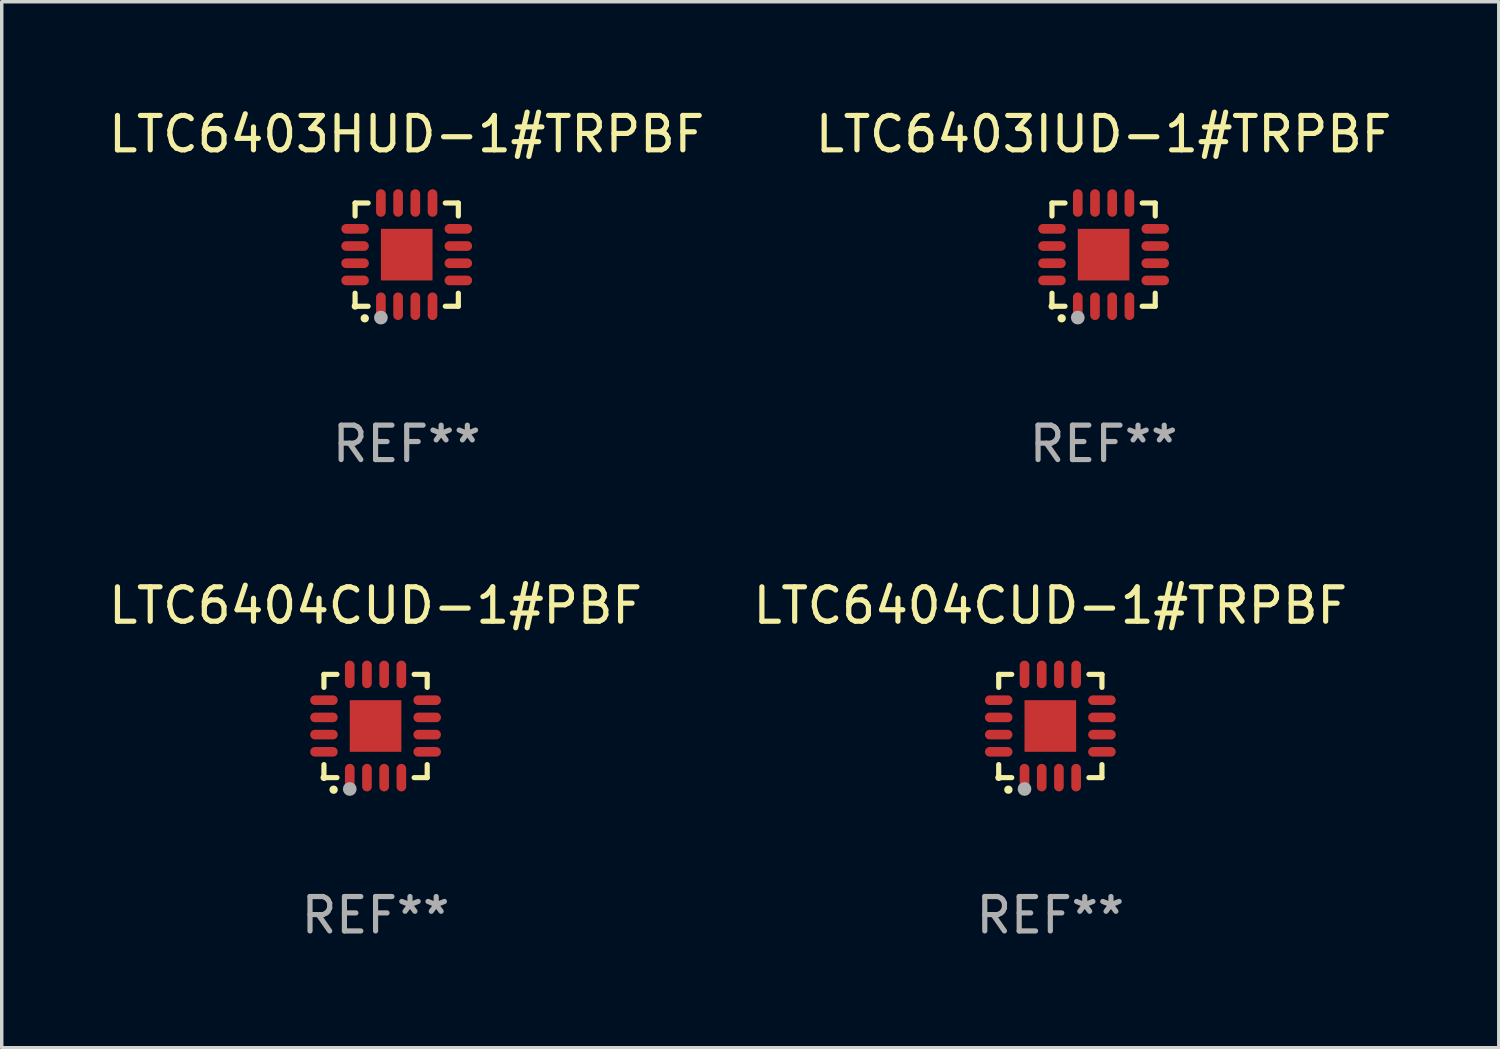
<source format=kicad_pcb>
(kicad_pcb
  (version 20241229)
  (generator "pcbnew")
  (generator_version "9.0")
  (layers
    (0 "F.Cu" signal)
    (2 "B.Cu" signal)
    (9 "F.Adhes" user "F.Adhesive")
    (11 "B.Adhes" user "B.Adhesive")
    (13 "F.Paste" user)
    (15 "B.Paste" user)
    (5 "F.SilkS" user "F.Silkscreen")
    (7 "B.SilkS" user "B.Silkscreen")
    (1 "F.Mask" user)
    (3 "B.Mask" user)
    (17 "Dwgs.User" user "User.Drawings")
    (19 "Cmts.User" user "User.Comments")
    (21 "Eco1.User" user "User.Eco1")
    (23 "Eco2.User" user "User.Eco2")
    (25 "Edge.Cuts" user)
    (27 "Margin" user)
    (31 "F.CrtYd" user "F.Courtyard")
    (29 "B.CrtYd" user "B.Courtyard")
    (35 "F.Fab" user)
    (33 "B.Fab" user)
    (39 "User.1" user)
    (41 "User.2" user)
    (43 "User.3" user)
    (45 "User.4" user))
  (footprint "LTC6404CUD-1#TRPBF"
    (layer "F.Cu")
    (at 27.47 18.046)
    (property "Reference" "LTC6404CUD-1#TRPBF" (at 0 -3.5 0) (layer "F.SilkS") (effects (font (size 1 1) (thickness 0.15))))
    (attr through_hole)
    (fp_line (start -1.5 -1.5) (end -1.121 -1.5) (stroke (width 0.15) (type solid)) (layer "F.SilkS"))
    (fp_line (start -1.5 -1.122) (end -1.5 -1.5) (stroke (width 0.15) (type solid)) (layer "F.SilkS"))
    (fp_line (start -1.5 1.5) (end -1.5 1.121) (stroke (width 0.15) (type solid)) (layer "F.SilkS"))
    (fp_line (start -1.121 1.5) (end -1.5 1.5) (stroke (width 0.15) (type solid)) (layer "F.SilkS"))
    (fp_line (start 1.121 -1.5) (end 1.5 -1.5) (stroke (width 0.15) (type solid)) (layer "F.SilkS"))
    (fp_line (start 1.5 -1.5) (end 1.5 -1.122) (stroke (width 0.15) (type solid)) (layer "F.SilkS"))
    (fp_line (start 1.5 1.121) (end 1.5 1.5) (stroke (width 0.15) (type solid)) (layer "F.SilkS"))
    (fp_line (start 1.5 1.5) (end 1.121 1.5) (stroke (width 0.15) (type solid)) (layer "F.SilkS"))
    (fp_arc (start -1.219926 1.850254) (mid -1.21891 1.85025) (end -1.217894 1.850254) (stroke (width 0.240005) (type solid)) (layer "F.SilkS"))
    (fp_circle (center -1.5 1.5) (end -1.45 1.5) (stroke (width 0.1) (type solid)) (fill no) (layer "F.SilkS"))
    (fp_circle (center -0.75 1.83) (end -0.65 1.83) (stroke (width 0.2) (type solid)) (fill no) (layer "F.Fab"))
    (fp_text user "REF**" (at 0 5.5 0) (layer "F.Fab") (effects (font (size 1 1) (thickness 0.15))))
    (pad "1" smd oval (at -0.75 1.5) (size 0.28 0.8) (layers "F.Cu" "F.Mask" "F.Paste"))
    (pad "2" smd oval (at -0.25 1.5) (size 0.28 0.8) (layers "F.Cu" "F.Mask" "F.Paste"))
    (pad "3" smd oval (at 0.25 1.5) (size 0.28 0.8) (layers "F.Cu" "F.Mask" "F.Paste"))
    (pad "4" smd oval (at 0.75 1.5) (size 0.28 0.8) (layers "F.Cu" "F.Mask" "F.Paste"))
    (pad "5" smd oval (at 1.5 0.75) (size 0.8 0.28) (layers "F.Cu" "F.Mask" "F.Paste"))
    (pad "6" smd oval (at 1.5 0.25) (size 0.8 0.28) (layers "F.Cu" "F.Mask" "F.Paste"))
    (pad "7" smd oval (at 1.5 -0.25) (size 0.8 0.28) (layers "F.Cu" "F.Mask" "F.Paste"))
    (pad "8" smd oval (at 1.5 -0.75) (size 0.8 0.28) (layers "F.Cu" "F.Mask" "F.Paste"))
    (pad "9" smd oval (at 0.75 -1.5) (size 0.28 0.8) (layers "F.Cu" "F.Mask" "F.Paste"))
    (pad "10" smd oval (at 0.25 -1.5) (size 0.28 0.8) (layers "F.Cu" "F.Mask" "F.Paste"))
    (pad "11" smd oval (at -0.25 -1.5) (size 0.28 0.8) (layers "F.Cu" "F.Mask" "F.Paste"))
    (pad "12" smd oval (at -0.75 -1.5) (size 0.28 0.8) (layers "F.Cu" "F.Mask" "F.Paste"))
    (pad "13" smd oval (at -1.5 -0.75) (size 0.8 0.28) (layers "F.Cu" "F.Mask" "F.Paste"))
    (pad "14" smd oval (at -1.5 -0.25) (size 0.8 0.28) (layers "F.Cu" "F.Mask" "F.Paste"))
    (pad "15" smd oval (at -1.5 0.25) (size 0.8 0.28) (layers "F.Cu" "F.Mask" "F.Paste"))
    (pad "16" smd oval (at -1.5 0.75) (size 0.8 0.28) (layers "F.Cu" "F.Mask" "F.Paste"))
    (pad "17" smd rect (at -0.000064 0.000165) (size 1.5 1.5) (layers "F.Cu" "F.Mask" "F.Paste")))
  (footprint "LTC6403HUD-1#TRPBF"
    (layer "F.Cu")
    (at 8.768 4.349)
    (property "Reference" "LTC6403HUD-1#TRPBF" (at 0 -3.5 0) (layer "F.SilkS") (effects (font (size 1 1) (thickness 0.15))))
    (attr through_hole)
    (fp_line (start -1.5 -1.5) (end -1.121 -1.5) (stroke (width 0.15) (type solid)) (layer "F.SilkS"))
    (fp_line (start -1.5 -1.122) (end -1.5 -1.5) (stroke (width 0.15) (type solid)) (layer "F.SilkS"))
    (fp_line (start -1.5 1.5) (end -1.5 1.121) (stroke (width 0.15) (type solid)) (layer "F.SilkS"))
    (fp_line (start -1.121 1.5) (end -1.5 1.5) (stroke (width 0.15) (type solid)) (layer "F.SilkS"))
    (fp_line (start 1.121 -1.5) (end 1.5 -1.5) (stroke (width 0.15) (type solid)) (layer "F.SilkS"))
    (fp_line (start 1.5 -1.5) (end 1.5 -1.122) (stroke (width 0.15) (type solid)) (layer "F.SilkS"))
    (fp_line (start 1.5 1.121) (end 1.5 1.5) (stroke (width 0.15) (type solid)) (layer "F.SilkS"))
    (fp_line (start 1.5 1.5) (end 1.121 1.5) (stroke (width 0.15) (type solid)) (layer "F.SilkS"))
    (fp_arc (start -1.219926 1.850254) (mid -1.21891 1.85025) (end -1.217894 1.850254) (stroke (width 0.240005) (type solid)) (layer "F.SilkS"))
    (fp_circle (center -1.5 1.5) (end -1.45 1.5) (stroke (width 0.1) (type solid)) (fill no) (layer "F.SilkS"))
    (fp_circle (center -0.75 1.83) (end -0.65 1.83) (stroke (width 0.2) (type solid)) (fill no) (layer "F.Fab"))
    (fp_text user "REF**" (at 0 5.5 0) (layer "F.Fab") (effects (font (size 1 1) (thickness 0.15))))
    (pad "1" smd oval (at -0.75 1.5) (size 0.28 0.8) (layers "F.Cu" "F.Mask" "F.Paste"))
    (pad "2" smd oval (at -0.25 1.5) (size 0.28 0.8) (layers "F.Cu" "F.Mask" "F.Paste"))
    (pad "3" smd oval (at 0.25 1.5) (size 0.28 0.8) (layers "F.Cu" "F.Mask" "F.Paste"))
    (pad "4" smd oval (at 0.75 1.5) (size 0.28 0.8) (layers "F.Cu" "F.Mask" "F.Paste"))
    (pad "5" smd oval (at 1.5 0.75) (size 0.8 0.28) (layers "F.Cu" "F.Mask" "F.Paste"))
    (pad "6" smd oval (at 1.5 0.25) (size 0.8 0.28) (layers "F.Cu" "F.Mask" "F.Paste"))
    (pad "7" smd oval (at 1.5 -0.25) (size 0.8 0.28) (layers "F.Cu" "F.Mask" "F.Paste"))
    (pad "8" smd oval (at 1.5 -0.75) (size 0.8 0.28) (layers "F.Cu" "F.Mask" "F.Paste"))
    (pad "9" smd oval (at 0.75 -1.5) (size 0.28 0.8) (layers "F.Cu" "F.Mask" "F.Paste"))
    (pad "10" smd oval (at 0.25 -1.5) (size 0.28 0.8) (layers "F.Cu" "F.Mask" "F.Paste"))
    (pad "11" smd oval (at -0.25 -1.5) (size 0.28 0.8) (layers "F.Cu" "F.Mask" "F.Paste"))
    (pad "12" smd oval (at -0.75 -1.5) (size 0.28 0.8) (layers "F.Cu" "F.Mask" "F.Paste"))
    (pad "13" smd oval (at -1.5 -0.75) (size 0.8 0.28) (layers "F.Cu" "F.Mask" "F.Paste"))
    (pad "14" smd oval (at -1.5 -0.25) (size 0.8 0.28) (layers "F.Cu" "F.Mask" "F.Paste"))
    (pad "15" smd oval (at -1.5 0.25) (size 0.8 0.28) (layers "F.Cu" "F.Mask" "F.Paste"))
    (pad "16" smd oval (at -1.5 0.75) (size 0.8 0.28) (layers "F.Cu" "F.Mask" "F.Paste"))
    (pad "17" smd rect (at -0.000064 0.000165) (size 1.5 1.5) (layers "F.Cu" "F.Mask" "F.Paste")))
  (footprint "LTC6403IUD-1#TRPBF"
    (layer "F.Cu")
    (at 29.018 4.349)
    (property "Reference" "LTC6403IUD-1#TRPBF" (at 0 -3.5 0) (layer "F.SilkS") (effects (font (size 1 1) (thickness 0.15))))
    (attr through_hole)
    (fp_line (start -1.5 -1.5) (end -1.121 -1.5) (stroke (width 0.15) (type solid)) (layer "F.SilkS"))
    (fp_line (start -1.5 -1.122) (end -1.5 -1.5) (stroke (width 0.15) (type solid)) (layer "F.SilkS"))
    (fp_line (start -1.5 1.5) (end -1.5 1.121) (stroke (width 0.15) (type solid)) (layer "F.SilkS"))
    (fp_line (start -1.121 1.5) (end -1.5 1.5) (stroke (width 0.15) (type solid)) (layer "F.SilkS"))
    (fp_line (start 1.121 -1.5) (end 1.5 -1.5) (stroke (width 0.15) (type solid)) (layer "F.SilkS"))
    (fp_line (start 1.5 -1.5) (end 1.5 -1.122) (stroke (width 0.15) (type solid)) (layer "F.SilkS"))
    (fp_line (start 1.5 1.121) (end 1.5 1.5) (stroke (width 0.15) (type solid)) (layer "F.SilkS"))
    (fp_line (start 1.5 1.5) (end 1.121 1.5) (stroke (width 0.15) (type solid)) (layer "F.SilkS"))
    (fp_arc (start -1.219926 1.850254) (mid -1.21891 1.85025) (end -1.217894 1.850254) (stroke (width 0.240005) (type solid)) (layer "F.SilkS"))
    (fp_circle (center -1.5 1.5) (end -1.45 1.5) (stroke (width 0.1) (type solid)) (fill no) (layer "F.SilkS"))
    (fp_circle (center -0.75 1.83) (end -0.65 1.83) (stroke (width 0.2) (type solid)) (fill no) (layer "F.Fab"))
    (fp_text user "REF**" (at 0 5.5 0) (layer "F.Fab") (effects (font (size 1 1) (thickness 0.15))))
    (pad "1" smd oval (at -0.75 1.5) (size 0.28 0.8) (layers "F.Cu" "F.Mask" "F.Paste"))
    (pad "2" smd oval (at -0.25 1.5) (size 0.28 0.8) (layers "F.Cu" "F.Mask" "F.Paste"))
    (pad "3" smd oval (at 0.25 1.5) (size 0.28 0.8) (layers "F.Cu" "F.Mask" "F.Paste"))
    (pad "4" smd oval (at 0.75 1.5) (size 0.28 0.8) (layers "F.Cu" "F.Mask" "F.Paste"))
    (pad "5" smd oval (at 1.5 0.75) (size 0.8 0.28) (layers "F.Cu" "F.Mask" "F.Paste"))
    (pad "6" smd oval (at 1.5 0.25) (size 0.8 0.28) (layers "F.Cu" "F.Mask" "F.Paste"))
    (pad "7" smd oval (at 1.5 -0.25) (size 0.8 0.28) (layers "F.Cu" "F.Mask" "F.Paste"))
    (pad "8" smd oval (at 1.5 -0.75) (size 0.8 0.28) (layers "F.Cu" "F.Mask" "F.Paste"))
    (pad "9" smd oval (at 0.75 -1.5) (size 0.28 0.8) (layers "F.Cu" "F.Mask" "F.Paste"))
    (pad "10" smd oval (at 0.25 -1.5) (size 0.28 0.8) (layers "F.Cu" "F.Mask" "F.Paste"))
    (pad "11" smd oval (at -0.25 -1.5) (size 0.28 0.8) (layers "F.Cu" "F.Mask" "F.Paste"))
    (pad "12" smd oval (at -0.75 -1.5) (size 0.28 0.8) (layers "F.Cu" "F.Mask" "F.Paste"))
    (pad "13" smd oval (at -1.5 -0.75) (size 0.8 0.28) (layers "F.Cu" "F.Mask" "F.Paste"))
    (pad "14" smd oval (at -1.5 -0.25) (size 0.8 0.28) (layers "F.Cu" "F.Mask" "F.Paste"))
    (pad "15" smd oval (at -1.5 0.25) (size 0.8 0.28) (layers "F.Cu" "F.Mask" "F.Paste"))
    (pad "16" smd oval (at -1.5 0.75) (size 0.8 0.28) (layers "F.Cu" "F.Mask" "F.Paste"))
    (pad "17" smd rect (at -0.000064 0.000165) (size 1.5 1.5) (layers "F.Cu" "F.Mask" "F.Paste")))
  (footprint "LTC6404CUD-1#PBF"
    (layer "F.Cu")
    (at 7.863 18.046)
    (property "Reference" "LTC6404CUD-1#PBF" (at 0 -3.5 0) (layer "F.SilkS") (effects (font (size 1 1) (thickness 0.15))))
    (attr through_hole)
    (fp_line (start -1.5 -1.5) (end -1.121 -1.5) (stroke (width 0.15) (type solid)) (layer "F.SilkS"))
    (fp_line (start -1.5 -1.122) (end -1.5 -1.5) (stroke (width 0.15) (type solid)) (layer "F.SilkS"))
    (fp_line (start -1.5 1.5) (end -1.5 1.121) (stroke (width 0.15) (type solid)) (layer "F.SilkS"))
    (fp_line (start -1.121 1.5) (end -1.5 1.5) (stroke (width 0.15) (type solid)) (layer "F.SilkS"))
    (fp_line (start 1.121 -1.5) (end 1.5 -1.5) (stroke (width 0.15) (type solid)) (layer "F.SilkS"))
    (fp_line (start 1.5 -1.5) (end 1.5 -1.122) (stroke (width 0.15) (type solid)) (layer "F.SilkS"))
    (fp_line (start 1.5 1.121) (end 1.5 1.5) (stroke (width 0.15) (type solid)) (layer "F.SilkS"))
    (fp_line (start 1.5 1.5) (end 1.121 1.5) (stroke (width 0.15) (type solid)) (layer "F.SilkS"))
    (fp_arc (start -1.219926 1.850254) (mid -1.21891 1.85025) (end -1.217894 1.850254) (stroke (width 0.240005) (type solid)) (layer "F.SilkS"))
    (fp_circle (center -1.5 1.5) (end -1.45 1.5) (stroke (width 0.1) (type solid)) (fill no) (layer "F.SilkS"))
    (fp_circle (center -0.75 1.83) (end -0.65 1.83) (stroke (width 0.2) (type solid)) (fill no) (layer "F.Fab"))
    (fp_text user "REF**" (at 0 5.5 0) (layer "F.Fab") (effects (font (size 1 1) (thickness 0.15))))
    (pad "1" smd oval (at -0.75 1.5) (size 0.28 0.8) (layers "F.Cu" "F.Mask" "F.Paste"))
    (pad "2" smd oval (at -0.25 1.5) (size 0.28 0.8) (layers "F.Cu" "F.Mask" "F.Paste"))
    (pad "3" smd oval (at 0.25 1.5) (size 0.28 0.8) (layers "F.Cu" "F.Mask" "F.Paste"))
    (pad "4" smd oval (at 0.75 1.5) (size 0.28 0.8) (layers "F.Cu" "F.Mask" "F.Paste"))
    (pad "5" smd oval (at 1.5 0.75) (size 0.8 0.28) (layers "F.Cu" "F.Mask" "F.Paste"))
    (pad "6" smd oval (at 1.5 0.25) (size 0.8 0.28) (layers "F.Cu" "F.Mask" "F.Paste"))
    (pad "7" smd oval (at 1.5 -0.25) (size 0.8 0.28) (layers "F.Cu" "F.Mask" "F.Paste"))
    (pad "8" smd oval (at 1.5 -0.75) (size 0.8 0.28) (layers "F.Cu" "F.Mask" "F.Paste"))
    (pad "9" smd oval (at 0.75 -1.5) (size 0.28 0.8) (layers "F.Cu" "F.Mask" "F.Paste"))
    (pad "10" smd oval (at 0.25 -1.5) (size 0.28 0.8) (layers "F.Cu" "F.Mask" "F.Paste"))
    (pad "11" smd oval (at -0.25 -1.5) (size 0.28 0.8) (layers "F.Cu" "F.Mask" "F.Paste"))
    (pad "12" smd oval (at -0.75 -1.5) (size 0.28 0.8) (layers "F.Cu" "F.Mask" "F.Paste"))
    (pad "13" smd oval (at -1.5 -0.75) (size 0.8 0.28) (layers "F.Cu" "F.Mask" "F.Paste"))
    (pad "14" smd oval (at -1.5 -0.25) (size 0.8 0.28) (layers "F.Cu" "F.Mask" "F.Paste"))
    (pad "15" smd oval (at -1.5 0.25) (size 0.8 0.28) (layers "F.Cu" "F.Mask" "F.Paste"))
    (pad "16" smd oval (at -1.5 0.75) (size 0.8 0.28) (layers "F.Cu" "F.Mask" "F.Paste"))
    (pad "17" smd rect (at -0.000064 0.000165) (size 1.5 1.5) (layers "F.Cu" "F.Mask" "F.Paste")))
  (gr_rect
    (start -3 -3)
    (end 40.5 27.394)
    (stroke (width 0.1) (type default))
    (fill no)
    (layer "Edge.Cuts")))
</source>
